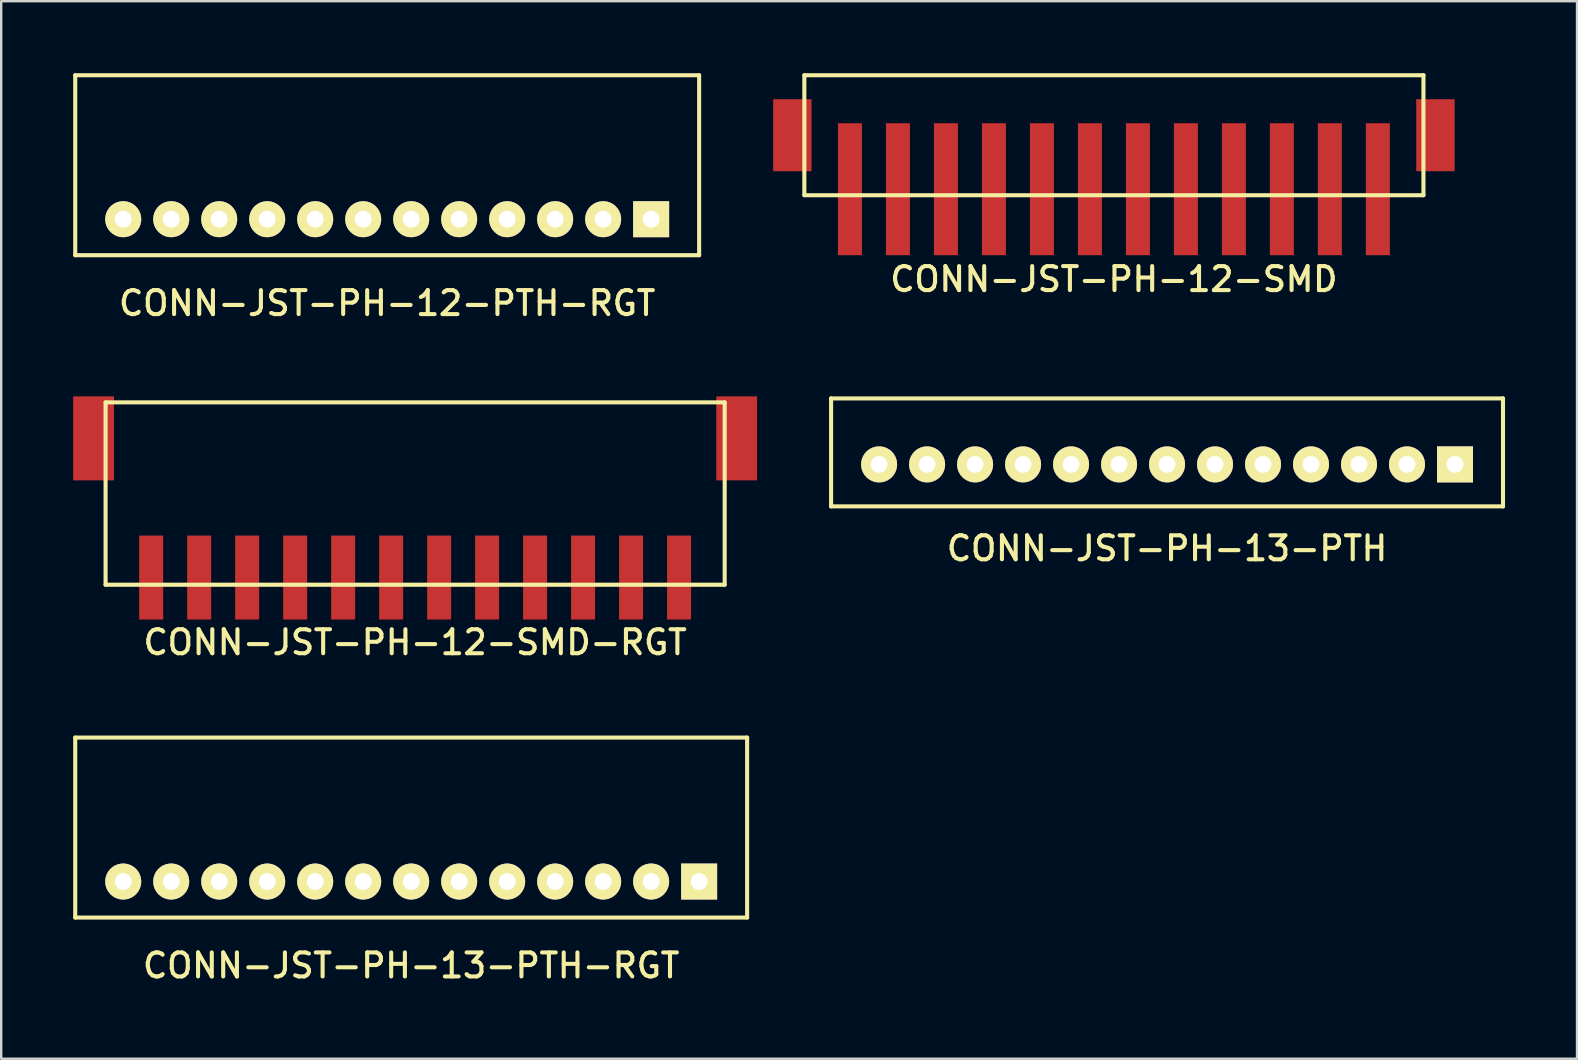
<source format=kicad_pcb>
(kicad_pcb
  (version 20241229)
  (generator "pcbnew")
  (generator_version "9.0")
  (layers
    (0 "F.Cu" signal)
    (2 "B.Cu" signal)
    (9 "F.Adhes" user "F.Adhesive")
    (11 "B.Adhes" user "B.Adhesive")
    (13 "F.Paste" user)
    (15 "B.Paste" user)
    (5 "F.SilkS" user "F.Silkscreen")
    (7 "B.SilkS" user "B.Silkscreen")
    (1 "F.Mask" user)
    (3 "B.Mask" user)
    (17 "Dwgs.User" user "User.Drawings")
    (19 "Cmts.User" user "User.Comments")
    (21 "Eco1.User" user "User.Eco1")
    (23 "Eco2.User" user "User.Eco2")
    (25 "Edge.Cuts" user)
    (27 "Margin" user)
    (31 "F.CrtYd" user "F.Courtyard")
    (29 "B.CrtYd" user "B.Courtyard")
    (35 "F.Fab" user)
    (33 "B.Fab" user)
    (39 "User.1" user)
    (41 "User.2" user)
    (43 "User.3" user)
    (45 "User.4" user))
  (footprint "CONN-JST-PH-12-PTH-RGT"
    (layer "F.Cu")
    (at 13.085 6.085)
    (property "Reference" "CONN-JST-PH-12-PTH-RGT" (at 0 3.5 0) (layer "F.SilkS") (effects (font (size 1 1) (thickness 0.17))))
    (attr through_hole)
    (fp_line (start -13 -6) (end 13 -6) (stroke (width 0.17) (type solid)) (layer "F.SilkS"))
    (fp_line (start -13 1.5) (end -13 -6) (stroke (width 0.17) (type solid)) (layer "F.SilkS"))
    (fp_line (start -13 1.5) (end 13 1.5) (stroke (width 0.17) (type solid)) (layer "F.SilkS"))
    (fp_line (start 13 1.5) (end 13 -6) (stroke (width 0.17) (type solid)) (layer "F.SilkS"))
    (pad "1" thru_hole rect (at 11 0) (size 1.5 1.5) (drill 0.7) (layers "*.Cu" "*.Mask" "F.SilkS"))
    (pad "2" thru_hole circle (at 9 0) (size 1.5 1.5) (drill 0.7) (layers "*.Cu" "*.Mask" "F.SilkS"))
    (pad "3" thru_hole circle (at 7 0) (size 1.5 1.5) (drill 0.7) (layers "*.Cu" "*.Mask" "F.SilkS"))
    (pad "4" thru_hole circle (at 5 0) (size 1.5 1.5) (drill 0.7) (layers "*.Cu" "*.Mask" "F.SilkS"))
    (pad "5" thru_hole circle (at 3 0) (size 1.5 1.5) (drill 0.7) (layers "*.Cu" "*.Mask" "F.SilkS"))
    (pad "6" thru_hole circle (at 1 0) (size 1.5 1.5) (drill 0.7) (layers "*.Cu" "*.Mask" "F.SilkS"))
    (pad "7" thru_hole circle (at -1 0) (size 1.5 1.5) (drill 0.7) (layers "*.Cu" "*.Mask" "F.SilkS"))
    (pad "8" thru_hole circle (at -3 0) (size 1.5 1.5) (drill 0.7) (layers "*.Cu" "*.Mask" "F.SilkS"))
    (pad "9" thru_hole circle (at -5 0) (size 1.5 1.5) (drill 0.7) (layers "*.Cu" "*.Mask" "F.SilkS"))
    (pad "10" thru_hole circle (at -7 0) (size 1.5 1.5) (drill 0.7) (layers "*.Cu" "*.Mask" "F.SilkS"))
    (pad "11" thru_hole circle (at -9 0) (size 1.5 1.5) (drill 0.7) (layers "*.Cu" "*.Mask" "F.SilkS"))
    (pad "12" thru_hole circle (at -11 0) (size 1.5 1.5) (drill 0.7) (layers "*.Cu" "*.Mask" "F.SilkS")))
  (footprint "CONN-JST-PH-13-PTH-RGT"
    (layer "F.Cu")
    (at 14.085 33.687)
    (property "Reference" "CONN-JST-PH-13-PTH-RGT" (at 0 3.5 0) (layer "F.SilkS") (effects (font (size 1 1) (thickness 0.17))))
    (attr through_hole)
    (fp_line (start -14 -6) (end 14 -6) (stroke (width 0.17) (type solid)) (layer "F.SilkS"))
    (fp_line (start -14 1.5) (end -14 -6) (stroke (width 0.17) (type solid)) (layer "F.SilkS"))
    (fp_line (start -14 1.5) (end 14 1.5) (stroke (width 0.17) (type solid)) (layer "F.SilkS"))
    (fp_line (start 14 1.5) (end 14 -6) (stroke (width 0.17) (type solid)) (layer "F.SilkS"))
    (pad "1" thru_hole rect (at 12 0) (size 1.5 1.5) (drill 0.7) (layers "*.Cu" "*.Mask" "F.SilkS"))
    (pad "2" thru_hole circle (at 10 0) (size 1.5 1.5) (drill 0.7) (layers "*.Cu" "*.Mask" "F.SilkS"))
    (pad "3" thru_hole circle (at 8 0) (size 1.5 1.5) (drill 0.7) (layers "*.Cu" "*.Mask" "F.SilkS"))
    (pad "4" thru_hole circle (at 6 0) (size 1.5 1.5) (drill 0.7) (layers "*.Cu" "*.Mask" "F.SilkS"))
    (pad "5" thru_hole circle (at 4 0) (size 1.5 1.5) (drill 0.7) (layers "*.Cu" "*.Mask" "F.SilkS"))
    (pad "6" thru_hole circle (at 2 0) (size 1.5 1.5) (drill 0.7) (layers "*.Cu" "*.Mask" "F.SilkS"))
    (pad "7" thru_hole circle (at 0 0) (size 1.5 1.5) (drill 0.7) (layers "*.Cu" "*.Mask" "F.SilkS"))
    (pad "8" thru_hole circle (at -2 0) (size 1.5 1.5) (drill 0.7) (layers "*.Cu" "*.Mask" "F.SilkS"))
    (pad "9" thru_hole circle (at -4 0) (size 1.5 1.5) (drill 0.7) (layers "*.Cu" "*.Mask" "F.SilkS"))
    (pad "10" thru_hole circle (at -6 0) (size 1.5 1.5) (drill 0.7) (layers "*.Cu" "*.Mask" "F.SilkS"))
    (pad "11" thru_hole circle (at -8 0) (size 1.5 1.5) (drill 0.7) (layers "*.Cu" "*.Mask" "F.SilkS"))
    (pad "12" thru_hole circle (at -10 0) (size 1.5 1.5) (drill 0.7) (layers "*.Cu" "*.Mask" "F.SilkS"))
    (pad "13" thru_hole circle (at -12 0) (size 1.5 1.5) (drill 0.7) (layers "*.Cu" "*.Mask" "F.SilkS")))
  (footprint "CONN-JST-PH-12-SMD"
    (layer "F.Cu")
    (at 43.37 7.585)
    (property "Reference" "CONN-JST-PH-12-SMD" (at 0 1 0) (layer "F.SilkS") (effects (font (size 1 1) (thickness 0.17))))
    (attr through_hole)
    (fp_line (start -12.9 -7.5) (end 12.9 -7.5) (stroke (width 0.17) (type solid)) (layer "F.SilkS"))
    (fp_line (start -12.9 -2.5) (end -12.9 -7.5) (stroke (width 0.17) (type solid)) (layer "F.SilkS"))
    (fp_line (start -12.9 -2.5) (end 12.9 -2.5) (stroke (width 0.17) (type solid)) (layer "F.SilkS"))
    (fp_line (start 12.9 -2.5) (end 12.9 -7.5) (stroke (width 0.17) (type solid)) (layer "F.SilkS"))
    (pad "1" smd rect (at -11 -2.75) (size 1 5.5) (layers "F.Cu" "F.Mask" "F.Paste"))
    (pad "2" smd rect (at -9 -2.75) (size 1 5.5) (layers "F.Cu" "F.Mask" "F.Paste"))
    (pad "3" smd rect (at -7 -2.75) (size 1 5.5) (layers "F.Cu" "F.Mask" "F.Paste"))
    (pad "4" smd rect (at -5 -2.75) (size 1 5.5) (layers "F.Cu" "F.Mask" "F.Paste"))
    (pad "5" smd rect (at -3 -2.75) (size 1 5.5) (layers "F.Cu" "F.Mask" "F.Paste"))
    (pad "6" smd rect (at -1 -2.75) (size 1 5.5) (layers "F.Cu" "F.Mask" "F.Paste"))
    (pad "7" smd rect (at 1 -2.75) (size 1 5.5) (layers "F.Cu" "F.Mask" "F.Paste"))
    (pad "8" smd rect (at 3 -2.75) (size 1 5.5) (layers "F.Cu" "F.Mask" "F.Paste"))
    (pad "9" smd rect (at 5 -2.75) (size 1 5.5) (layers "F.Cu" "F.Mask" "F.Paste"))
    (pad "10" smd rect (at 7 -2.75) (size 1 5.5) (layers "F.Cu" "F.Mask" "F.Paste"))
    (pad "11" smd rect (at 9 -2.75) (size 1 5.5) (layers "F.Cu" "F.Mask" "F.Paste"))
    (pad "12" smd rect (at 11 -2.75) (size 1 5.5) (layers "F.Cu" "F.Mask" "F.Paste"))
    (pad "M1" smd rect (at -13.4 -5) (size 1.6 3) (layers "F.Cu" "F.Mask" "F.Paste"))
    (pad "M2" smd rect (at 13.4 -5) (size 1.6 3) (layers "F.Cu" "F.Mask" "F.Paste")))
  (footprint "CONN-JST-PH-12-SMD-RGT"
    (layer "F.Cu")
    (at 14.25 13.718)
    (property "Reference" "CONN-JST-PH-12-SMD-RGT" (at 0 10 0) (layer "F.SilkS") (effects (font (size 1 1) (thickness 0.17))))
    (attr through_hole)
    (fp_line (start -12.9 0) (end -12.9 7.6) (stroke (width 0.17) (type solid)) (layer "F.SilkS"))
    (fp_line (start -12.9 0) (end 12.9 0) (stroke (width 0.17) (type solid)) (layer "F.SilkS"))
    (fp_line (start -12.9 7.6) (end 12.9 7.6) (stroke (width 0.17) (type solid)) (layer "F.SilkS"))
    (fp_line (start 12.9 0) (end 12.9 7.6) (stroke (width 0.17) (type solid)) (layer "F.SilkS"))
    (pad "1" smd rect (at 11 7.3) (size 1 3.5) (layers "F.Cu" "F.Mask" "F.Paste"))
    (pad "2" smd rect (at 9 7.3) (size 1 3.5) (layers "F.Cu" "F.Mask" "F.Paste"))
    (pad "3" smd rect (at 7 7.3) (size 1 3.5) (layers "F.Cu" "F.Mask" "F.Paste"))
    (pad "4" smd rect (at 5 7.3) (size 1 3.5) (layers "F.Cu" "F.Mask" "F.Paste"))
    (pad "5" smd rect (at 3 7.3) (size 1 3.5) (layers "F.Cu" "F.Mask" "F.Paste"))
    (pad "6" smd rect (at 1 7.3) (size 1 3.5) (layers "F.Cu" "F.Mask" "F.Paste"))
    (pad "7" smd rect (at -1 7.3) (size 1 3.5) (layers "F.Cu" "F.Mask" "F.Paste"))
    (pad "8" smd rect (at -3 7.3) (size 1 3.5) (layers "F.Cu" "F.Mask" "F.Paste"))
    (pad "9" smd rect (at -5 7.3) (size 1 3.5) (layers "F.Cu" "F.Mask" "F.Paste"))
    (pad "10" smd rect (at -7 7.3) (size 1 3.5) (layers "F.Cu" "F.Mask" "F.Paste"))
    (pad "11" smd rect (at -9 7.3) (size 1 3.5) (layers "F.Cu" "F.Mask" "F.Paste"))
    (pad "12" smd rect (at -11 7.3) (size 1 3.5) (layers "F.Cu" "F.Mask" "F.Paste"))
    (pad "M1" smd rect (at 13.4 1.5) (size 1.7 3.5) (layers "F.Cu" "F.Mask" "F.Paste"))
    (pad "M2" smd rect (at -13.4 1.5) (size 1.7 3.5) (layers "F.Cu" "F.Mask" "F.Paste")))
  (footprint "CONN-JST-PH-13-PTH"
    (layer "F.Cu")
    (at 45.585 16.303)
    (property "Reference" "CONN-JST-PH-13-PTH" (at 0 3.5 0) (layer "F.SilkS") (effects (font (size 1 1) (thickness 0.17))))
    (attr through_hole)
    (fp_line (start -14 -2.75) (end 14 -2.75) (stroke (width 0.17) (type solid)) (layer "F.SilkS"))
    (fp_line (start -14 1.75) (end -14 -2.75) (stroke (width 0.17) (type solid)) (layer "F.SilkS"))
    (fp_line (start -14 1.75) (end 14 1.75) (stroke (width 0.17) (type solid)) (layer "F.SilkS"))
    (fp_line (start 14 1.75) (end 14 -2.75) (stroke (width 0.17) (type solid)) (layer "F.SilkS"))
    (pad "1" thru_hole rect (at 12 0) (size 1.5 1.5) (drill 0.7) (layers "*.Cu" "*.Mask" "F.SilkS"))
    (pad "2" thru_hole circle (at 10 0) (size 1.5 1.5) (drill 0.7) (layers "*.Cu" "*.Mask" "F.SilkS"))
    (pad "3" thru_hole circle (at 8 0) (size 1.5 1.5) (drill 0.7) (layers "*.Cu" "*.Mask" "F.SilkS"))
    (pad "4" thru_hole circle (at 6 0) (size 1.5 1.5) (drill 0.7) (layers "*.Cu" "*.Mask" "F.SilkS"))
    (pad "5" thru_hole circle (at 4 0) (size 1.5 1.5) (drill 0.7) (layers "*.Cu" "*.Mask" "F.SilkS"))
    (pad "6" thru_hole circle (at 2 0) (size 1.5 1.5) (drill 0.7) (layers "*.Cu" "*.Mask" "F.SilkS"))
    (pad "7" thru_hole circle (at 0 0) (size 1.5 1.5) (drill 0.7) (layers "*.Cu" "*.Mask" "F.SilkS"))
    (pad "8" thru_hole circle (at -2 0) (size 1.5 1.5) (drill 0.7) (layers "*.Cu" "*.Mask" "F.SilkS"))
    (pad "9" thru_hole circle (at -4 0) (size 1.5 1.5) (drill 0.7) (layers "*.Cu" "*.Mask" "F.SilkS"))
    (pad "10" thru_hole circle (at -6 0) (size 1.5 1.5) (drill 0.7) (layers "*.Cu" "*.Mask" "F.SilkS"))
    (pad "11" thru_hole circle (at -8 0) (size 1.5 1.5) (drill 0.7) (layers "*.Cu" "*.Mask" "F.SilkS"))
    (pad "12" thru_hole circle (at -10 0) (size 1.5 1.5) (drill 0.7) (layers "*.Cu" "*.Mask" "F.SilkS"))
    (pad "13" thru_hole circle (at -12 0) (size 1.5 1.5) (drill 0.7) (layers "*.Cu" "*.Mask" "F.SilkS")))
  (gr_rect
    (start -3 -3)
    (end 62.67 41.07)
    (stroke (width 0.1) (type default))
    (fill no)
    (layer "Edge.Cuts")))
</source>
